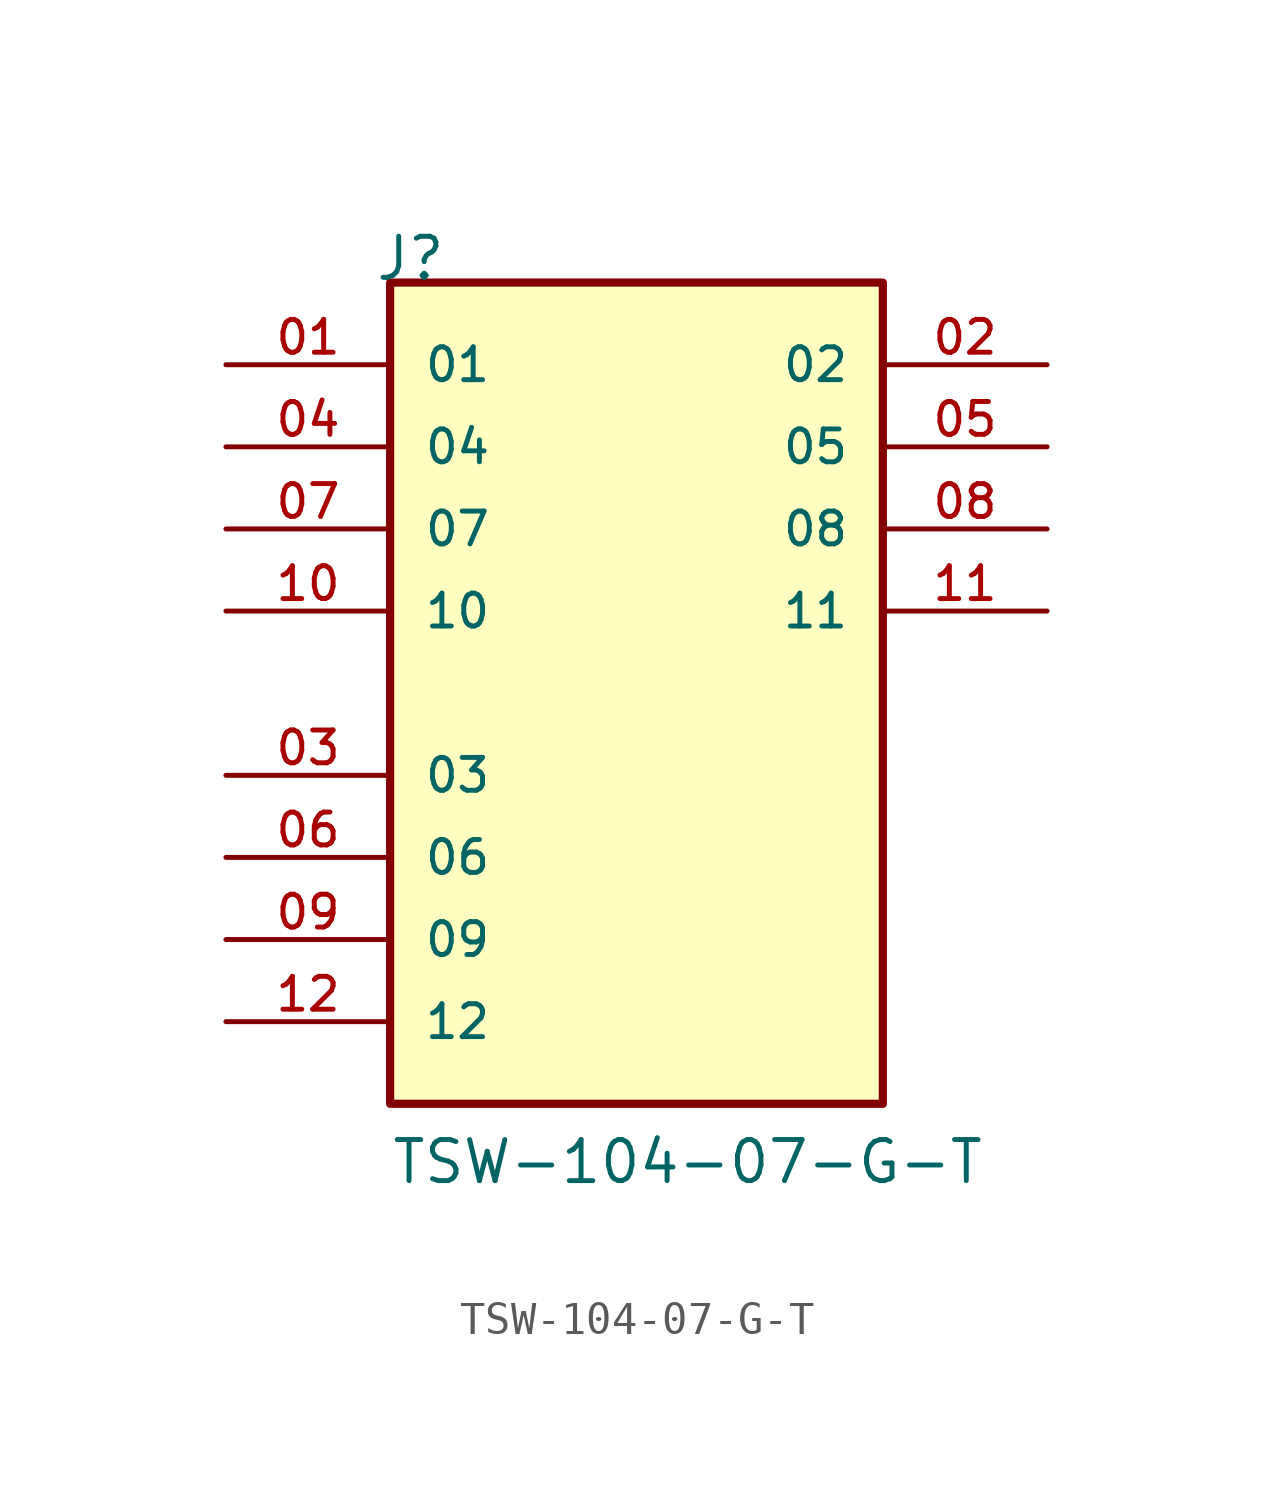
<source format=kicad_sym>
(kicad_symbol_lib
  (version 20211014)
  (generator kicad_symbol_editor)
  (symbol "TSW-104-07-G-T"
    (pin_names
      (offset 1.016))
    (property "Reference" "J"
      (at -8.12 12.7 0)
      (effects (font (size 1.27 1.27)) (justify bottom left)))
    (property "Value" "TSW-104-07-G-T"
      (at -7.62 -15.24 0)
      (effects (font (size 1.27 1.27)) (justify bottom left)))
    (symbol "TSW-104-07-G-T_0_0"
      (rectangle (start -7.62 -12.7) (end 7.62 12.7) (stroke (width 0.254)) (fill (type background)))
      (pin passive line (at -12.7 10.16 0) (length 5.08) (name "01" (effects (font (size 1.016 1.016)))) (number "01" (effects (font (size 1.016 1.016)))))
      (pin passive line (at -12.7 7.62 0) (length 5.08) (name "04" (effects (font (size 1.016 1.016)))) (number "04" (effects (font (size 1.016 1.016)))))
      (pin passive line (at -12.7 5.08 0) (length 5.08) (name "07" (effects (font (size 1.016 1.016)))) (number "07" (effects (font (size 1.016 1.016)))))
      (pin passive line (at -12.7 2.54 0) (length 5.08) (name "10" (effects (font (size 1.016 1.016)))) (number "10" (effects (font (size 1.016 1.016)))))
      (pin passive line (at 12.7 10.16 180.0) (length 5.08) (name "02" (effects (font (size 1.016 1.016)))) (number "02" (effects (font (size 1.016 1.016)))))
      (pin passive line (at 12.7 7.62 180.0) (length 5.08) (name "05" (effects (font (size 1.016 1.016)))) (number "05" (effects (font (size 1.016 1.016)))))
      (pin passive line (at 12.7 5.08 180.0) (length 5.08) (name "08" (effects (font (size 1.016 1.016)))) (number "08" (effects (font (size 1.016 1.016)))))
      (pin passive line (at 12.7 2.54 180.0) (length 5.08) (name "11" (effects (font (size 1.016 1.016)))) (number "11" (effects (font (size 1.016 1.016)))))
      (pin passive line (at -12.7 -2.54 0) (length 5.08) (name "03" (effects (font (size 1.016 1.016)))) (number "03" (effects (font (size 1.016 1.016)))))
      (pin passive line (at -12.7 -5.08 0) (length 5.08) (name "06" (effects (font (size 1.016 1.016)))) (number "06" (effects (font (size 1.016 1.016)))))
      (pin passive line (at -12.7 -7.62 0) (length 5.08) (name "09" (effects (font (size 1.016 1.016)))) (number "09" (effects (font (size 1.016 1.016)))))
      (pin passive line (at -12.7 -10.16 0) (length 5.08) (name "12" (effects (font (size 1.016 1.016)))) (number "12" (effects (font (size 1.016 1.016))))))))
</source>
